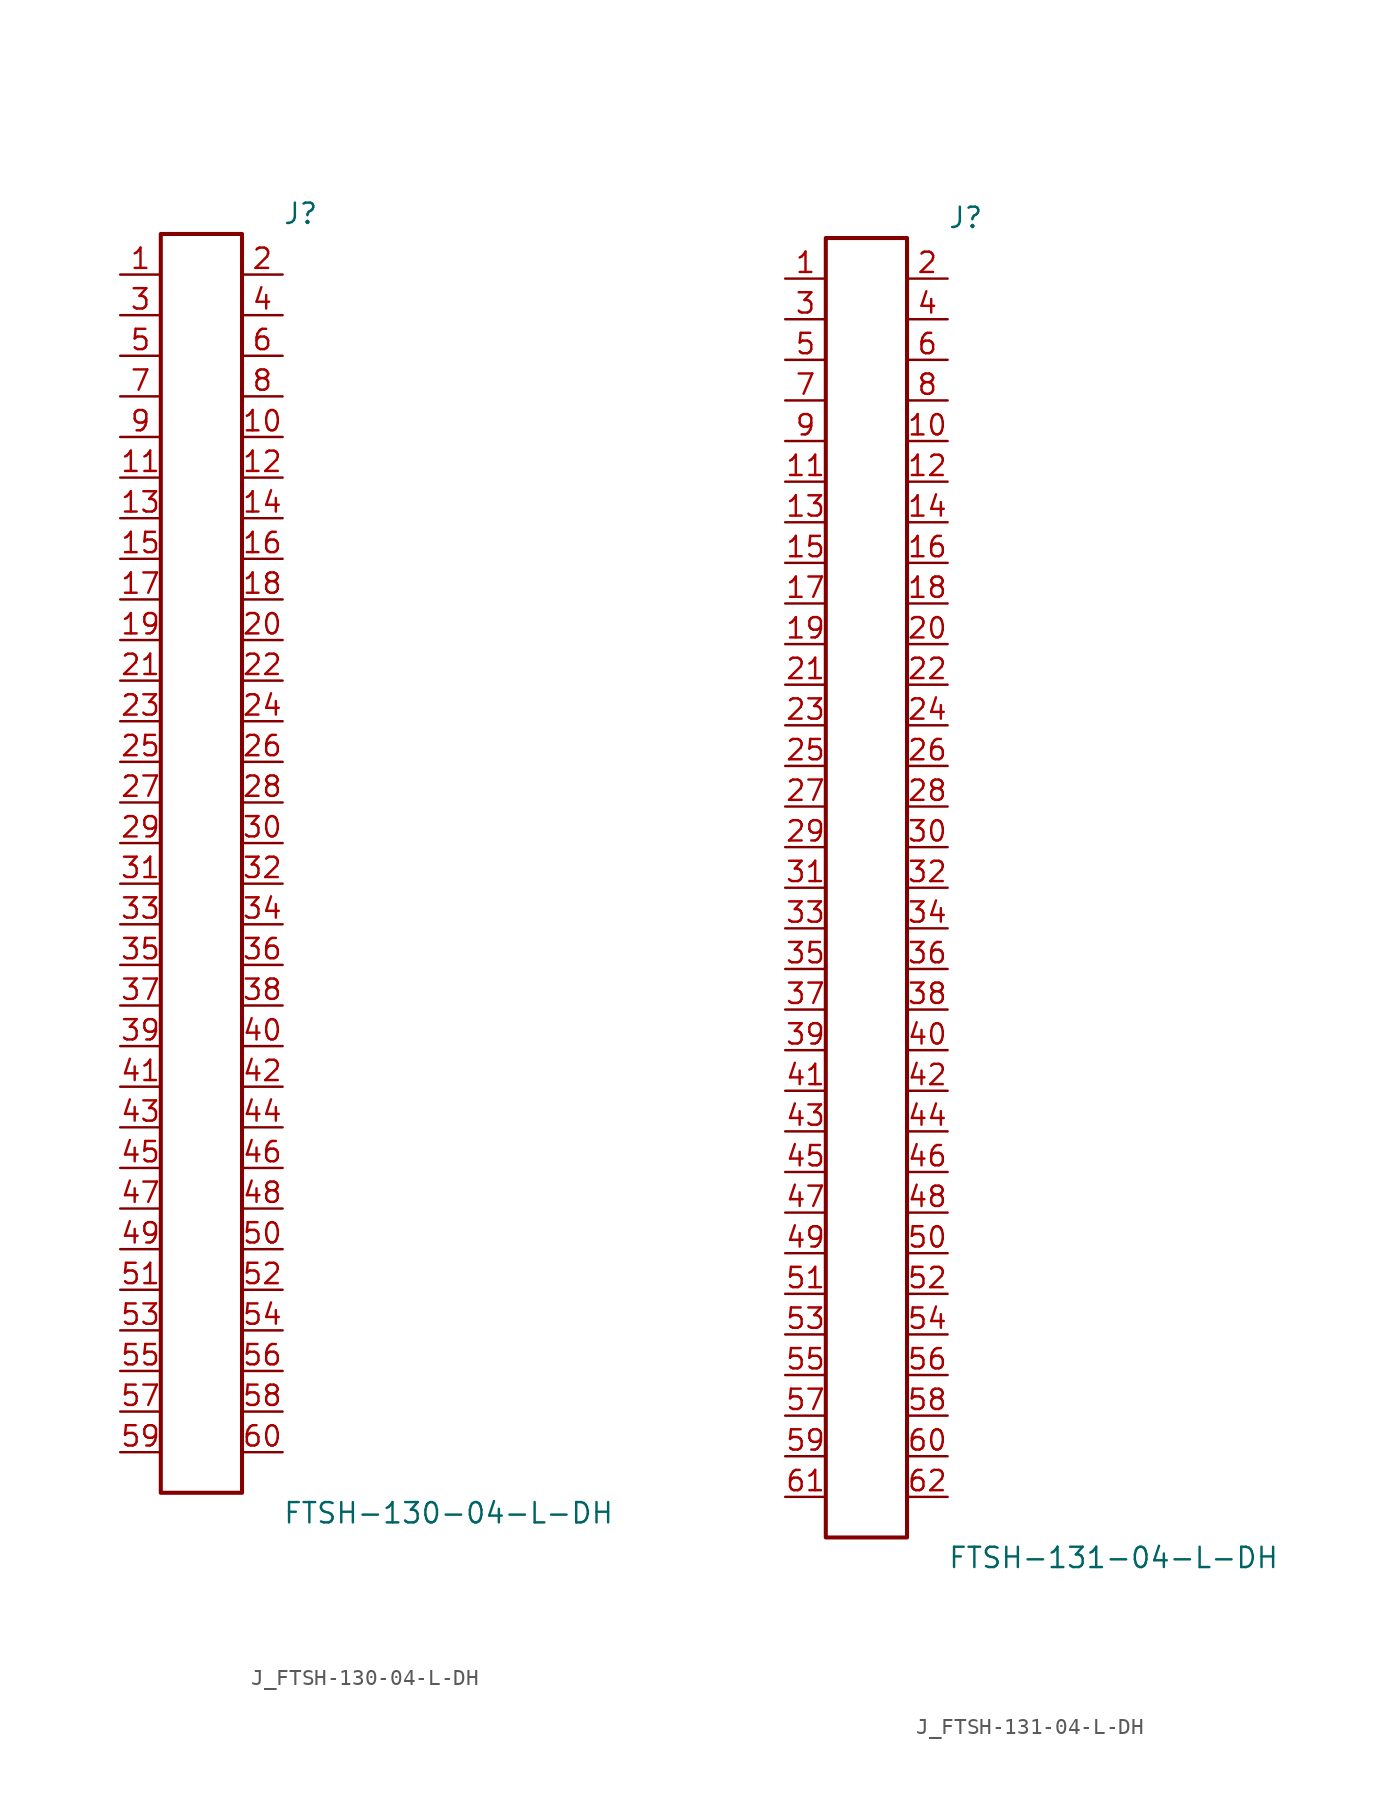
<source format=kicad_sym>
(kicad_symbol_lib
  (version 20231120)
  (generator kicad_symbol_editor)
  (generator_version 8.0)
  (symbol "J_FTSH-130-04-L-DH"
    (pin_names
      (offset 0.254))
    (property "Reference" "J"
      (at 5.08 40.64 0)
      (effects (font (size 1.27 1.27)) (justify left)))
    (property "Value" "FTSH-130-04-L-DH"
      (at 5.08 -40.64 0)
      (effects (font (size 1.27 1.27)) (justify left)))
    (symbol "J_FTSH-130-04-L-DH_0_0"
      (pin unspecified line (at -5.08 36.83 0) (length 2.54) (name "" (effects (font (size 1.27 1.27)))) (number "1" (effects (font (size 1.27 1.27)))))
      (pin unspecified line (at 5.08 36.83 180) (length 2.54) (name "" (effects (font (size 1.27 1.27)))) (number "2" (effects (font (size 1.27 1.27)))))
      (pin unspecified line (at -5.08 34.29 0) (length 2.54) (name "" (effects (font (size 1.27 1.27)))) (number "3" (effects (font (size 1.27 1.27)))))
      (pin unspecified line (at 5.08 34.29 180) (length 2.54) (name "" (effects (font (size 1.27 1.27)))) (number "4" (effects (font (size 1.27 1.27)))))
      (pin unspecified line (at -5.08 31.75 0) (length 2.54) (name "" (effects (font (size 1.27 1.27)))) (number "5" (effects (font (size 1.27 1.27)))))
      (pin unspecified line (at 5.08 31.75 180) (length 2.54) (name "" (effects (font (size 1.27 1.27)))) (number "6" (effects (font (size 1.27 1.27)))))
      (pin unspecified line (at -5.08 29.21 0) (length 2.54) (name "" (effects (font (size 1.27 1.27)))) (number "7" (effects (font (size 1.27 1.27)))))
      (pin unspecified line (at 5.08 29.21 180) (length 2.54) (name "" (effects (font (size 1.27 1.27)))) (number "8" (effects (font (size 1.27 1.27)))))
      (pin unspecified line (at -5.08 26.67 0) (length 2.54) (name "" (effects (font (size 1.27 1.27)))) (number "9" (effects (font (size 1.27 1.27)))))
      (pin unspecified line (at 5.08 26.67 180) (length 2.54) (name "" (effects (font (size 1.27 1.27)))) (number "10" (effects (font (size 1.27 1.27)))))
      (pin unspecified line (at -5.08 24.13 0) (length 2.54) (name "" (effects (font (size 1.27 1.27)))) (number "11" (effects (font (size 1.27 1.27)))))
      (pin unspecified line (at 5.08 24.13 180) (length 2.54) (name "" (effects (font (size 1.27 1.27)))) (number "12" (effects (font (size 1.27 1.27)))))
      (pin unspecified line (at -5.08 21.59 0) (length 2.54) (name "" (effects (font (size 1.27 1.27)))) (number "13" (effects (font (size 1.27 1.27)))))
      (pin unspecified line (at 5.08 21.59 180) (length 2.54) (name "" (effects (font (size 1.27 1.27)))) (number "14" (effects (font (size 1.27 1.27)))))
      (pin unspecified line (at -5.08 19.05 0) (length 2.54) (name "" (effects (font (size 1.27 1.27)))) (number "15" (effects (font (size 1.27 1.27)))))
      (pin unspecified line (at 5.08 19.05 180) (length 2.54) (name "" (effects (font (size 1.27 1.27)))) (number "16" (effects (font (size 1.27 1.27)))))
      (pin unspecified line (at -5.08 16.51 0) (length 2.54) (name "" (effects (font (size 1.27 1.27)))) (number "17" (effects (font (size 1.27 1.27)))))
      (pin unspecified line (at 5.08 16.51 180) (length 2.54) (name "" (effects (font (size 1.27 1.27)))) (number "18" (effects (font (size 1.27 1.27)))))
      (pin unspecified line (at -5.08 13.97 0) (length 2.54) (name "" (effects (font (size 1.27 1.27)))) (number "19" (effects (font (size 1.27 1.27)))))
      (pin unspecified line (at 5.08 13.97 180) (length 2.54) (name "" (effects (font (size 1.27 1.27)))) (number "20" (effects (font (size 1.27 1.27)))))
      (pin unspecified line (at -5.08 11.43 0) (length 2.54) (name "" (effects (font (size 1.27 1.27)))) (number "21" (effects (font (size 1.27 1.27)))))
      (pin unspecified line (at 5.08 11.43 180) (length 2.54) (name "" (effects (font (size 1.27 1.27)))) (number "22" (effects (font (size 1.27 1.27)))))
      (pin unspecified line (at -5.08 8.89 0) (length 2.54) (name "" (effects (font (size 1.27 1.27)))) (number "23" (effects (font (size 1.27 1.27)))))
      (pin unspecified line (at 5.08 8.89 180) (length 2.54) (name "" (effects (font (size 1.27 1.27)))) (number "24" (effects (font (size 1.27 1.27)))))
      (pin unspecified line (at -5.08 6.35 0) (length 2.54) (name "" (effects (font (size 1.27 1.27)))) (number "25" (effects (font (size 1.27 1.27)))))
      (pin unspecified line (at 5.08 6.35 180) (length 2.54) (name "" (effects (font (size 1.27 1.27)))) (number "26" (effects (font (size 1.27 1.27)))))
      (pin unspecified line (at -5.08 3.81 0) (length 2.54) (name "" (effects (font (size 1.27 1.27)))) (number "27" (effects (font (size 1.27 1.27)))))
      (pin unspecified line (at 5.08 3.81 180) (length 2.54) (name "" (effects (font (size 1.27 1.27)))) (number "28" (effects (font (size 1.27 1.27)))))
      (pin unspecified line (at -5.08 1.27 0) (length 2.54) (name "" (effects (font (size 1.27 1.27)))) (number "29" (effects (font (size 1.27 1.27)))))
      (pin unspecified line (at 5.08 1.27 180) (length 2.54) (name "" (effects (font (size 1.27 1.27)))) (number "30" (effects (font (size 1.27 1.27)))))
      (pin unspecified line (at -5.08 -1.27 0) (length 2.54) (name "" (effects (font (size 1.27 1.27)))) (number "31" (effects (font (size 1.27 1.27)))))
      (pin unspecified line (at 5.08 -1.27 180) (length 2.54) (name "" (effects (font (size 1.27 1.27)))) (number "32" (effects (font (size 1.27 1.27)))))
      (pin unspecified line (at -5.08 -3.81 0) (length 2.54) (name "" (effects (font (size 1.27 1.27)))) (number "33" (effects (font (size 1.27 1.27)))))
      (pin unspecified line (at 5.08 -3.81 180) (length 2.54) (name "" (effects (font (size 1.27 1.27)))) (number "34" (effects (font (size 1.27 1.27)))))
      (pin unspecified line (at -5.08 -6.35 0) (length 2.54) (name "" (effects (font (size 1.27 1.27)))) (number "35" (effects (font (size 1.27 1.27)))))
      (pin unspecified line (at 5.08 -6.35 180) (length 2.54) (name "" (effects (font (size 1.27 1.27)))) (number "36" (effects (font (size 1.27 1.27)))))
      (pin unspecified line (at -5.08 -8.89 0) (length 2.54) (name "" (effects (font (size 1.27 1.27)))) (number "37" (effects (font (size 1.27 1.27)))))
      (pin unspecified line (at 5.08 -8.89 180) (length 2.54) (name "" (effects (font (size 1.27 1.27)))) (number "38" (effects (font (size 1.27 1.27)))))
      (pin unspecified line (at -5.08 -11.43 0) (length 2.54) (name "" (effects (font (size 1.27 1.27)))) (number "39" (effects (font (size 1.27 1.27)))))
      (pin unspecified line (at 5.08 -11.43 180) (length 2.54) (name "" (effects (font (size 1.27 1.27)))) (number "40" (effects (font (size 1.27 1.27)))))
      (pin unspecified line (at -5.08 -13.97 0) (length 2.54) (name "" (effects (font (size 1.27 1.27)))) (number "41" (effects (font (size 1.27 1.27)))))
      (pin unspecified line (at 5.08 -13.97 180) (length 2.54) (name "" (effects (font (size 1.27 1.27)))) (number "42" (effects (font (size 1.27 1.27)))))
      (pin unspecified line (at -5.08 -16.51 0) (length 2.54) (name "" (effects (font (size 1.27 1.27)))) (number "43" (effects (font (size 1.27 1.27)))))
      (pin unspecified line (at 5.08 -16.51 180) (length 2.54) (name "" (effects (font (size 1.27 1.27)))) (number "44" (effects (font (size 1.27 1.27)))))
      (pin unspecified line (at -5.08 -19.05 0) (length 2.54) (name "" (effects (font (size 1.27 1.27)))) (number "45" (effects (font (size 1.27 1.27)))))
      (pin unspecified line (at 5.08 -19.05 180) (length 2.54) (name "" (effects (font (size 1.27 1.27)))) (number "46" (effects (font (size 1.27 1.27)))))
      (pin unspecified line (at -5.08 -21.59 0) (length 2.54) (name "" (effects (font (size 1.27 1.27)))) (number "47" (effects (font (size 1.27 1.27)))))
      (pin unspecified line (at 5.08 -21.59 180) (length 2.54) (name "" (effects (font (size 1.27 1.27)))) (number "48" (effects (font (size 1.27 1.27)))))
      (pin unspecified line (at -5.08 -24.13 0) (length 2.54) (name "" (effects (font (size 1.27 1.27)))) (number "49" (effects (font (size 1.27 1.27)))))
      (pin unspecified line (at 5.08 -24.13 180) (length 2.54) (name "" (effects (font (size 1.27 1.27)))) (number "50" (effects (font (size 1.27 1.27)))))
      (pin unspecified line (at -5.08 -26.67 0) (length 2.54) (name "" (effects (font (size 1.27 1.27)))) (number "51" (effects (font (size 1.27 1.27)))))
      (pin unspecified line (at 5.08 -26.67 180) (length 2.54) (name "" (effects (font (size 1.27 1.27)))) (number "52" (effects (font (size 1.27 1.27)))))
      (pin unspecified line (at -5.08 -29.21 0) (length 2.54) (name "" (effects (font (size 1.27 1.27)))) (number "53" (effects (font (size 1.27 1.27)))))
      (pin unspecified line (at 5.08 -29.21 180) (length 2.54) (name "" (effects (font (size 1.27 1.27)))) (number "54" (effects (font (size 1.27 1.27)))))
      (pin unspecified line (at -5.08 -31.75 0) (length 2.54) (name "" (effects (font (size 1.27 1.27)))) (number "55" (effects (font (size 1.27 1.27)))))
      (pin unspecified line (at 5.08 -31.75 180) (length 2.54) (name "" (effects (font (size 1.27 1.27)))) (number "56" (effects (font (size 1.27 1.27)))))
      (pin unspecified line (at -5.08 -34.29 0) (length 2.54) (name "" (effects (font (size 1.27 1.27)))) (number "57" (effects (font (size 1.27 1.27)))))
      (pin unspecified line (at 5.08 -34.29 180) (length 2.54) (name "" (effects (font (size 1.27 1.27)))) (number "58" (effects (font (size 1.27 1.27)))))
      (pin unspecified line (at -5.08 -36.83 0) (length 2.54) (name "" (effects (font (size 1.27 1.27)))) (number "59" (effects (font (size 1.27 1.27)))))
      (pin unspecified line (at 5.08 -36.83 180) (length 2.54) (name "" (effects (font (size 1.27 1.27)))) (number "60" (effects (font (size 1.27 1.27))))))
    (symbol "J_FTSH-130-04-L-DH_1_0"
      (rectangle (start -2.54 39.37) (end 2.54 -39.37) (stroke (width 0.254) (type solid)) (fill (type none)))))
  (symbol "J_FTSH-131-04-L-DH"
    (pin_names
      (offset 0.254))
    (property "Reference" "J"
      (at 5.08 41.91 0)
      (effects (font (size 1.27 1.27)) (justify left)))
    (property "Value" "FTSH-131-04-L-DH"
      (at 5.08 -41.91 0)
      (effects (font (size 1.27 1.27)) (justify left)))
    (symbol "J_FTSH-131-04-L-DH_0_0"
      (pin unspecified line (at -5.08 38.1 0) (length 2.54) (name "" (effects (font (size 1.27 1.27)))) (number "1" (effects (font (size 1.27 1.27)))))
      (pin unspecified line (at 5.08 38.1 180) (length 2.54) (name "" (effects (font (size 1.27 1.27)))) (number "2" (effects (font (size 1.27 1.27)))))
      (pin unspecified line (at -5.08 35.56 0) (length 2.54) (name "" (effects (font (size 1.27 1.27)))) (number "3" (effects (font (size 1.27 1.27)))))
      (pin unspecified line (at 5.08 35.56 180) (length 2.54) (name "" (effects (font (size 1.27 1.27)))) (number "4" (effects (font (size 1.27 1.27)))))
      (pin unspecified line (at -5.08 33.02 0) (length 2.54) (name "" (effects (font (size 1.27 1.27)))) (number "5" (effects (font (size 1.27 1.27)))))
      (pin unspecified line (at 5.08 33.02 180) (length 2.54) (name "" (effects (font (size 1.27 1.27)))) (number "6" (effects (font (size 1.27 1.27)))))
      (pin unspecified line (at -5.08 30.48 0) (length 2.54) (name "" (effects (font (size 1.27 1.27)))) (number "7" (effects (font (size 1.27 1.27)))))
      (pin unspecified line (at 5.08 30.48 180) (length 2.54) (name "" (effects (font (size 1.27 1.27)))) (number "8" (effects (font (size 1.27 1.27)))))
      (pin unspecified line (at -5.08 27.94 0) (length 2.54) (name "" (effects (font (size 1.27 1.27)))) (number "9" (effects (font (size 1.27 1.27)))))
      (pin unspecified line (at 5.08 27.94 180) (length 2.54) (name "" (effects (font (size 1.27 1.27)))) (number "10" (effects (font (size 1.27 1.27)))))
      (pin unspecified line (at -5.08 25.4 0) (length 2.54) (name "" (effects (font (size 1.27 1.27)))) (number "11" (effects (font (size 1.27 1.27)))))
      (pin unspecified line (at 5.08 25.4 180) (length 2.54) (name "" (effects (font (size 1.27 1.27)))) (number "12" (effects (font (size 1.27 1.27)))))
      (pin unspecified line (at -5.08 22.86 0) (length 2.54) (name "" (effects (font (size 1.27 1.27)))) (number "13" (effects (font (size 1.27 1.27)))))
      (pin unspecified line (at 5.08 22.86 180) (length 2.54) (name "" (effects (font (size 1.27 1.27)))) (number "14" (effects (font (size 1.27 1.27)))))
      (pin unspecified line (at -5.08 20.32 0) (length 2.54) (name "" (effects (font (size 1.27 1.27)))) (number "15" (effects (font (size 1.27 1.27)))))
      (pin unspecified line (at 5.08 20.32 180) (length 2.54) (name "" (effects (font (size 1.27 1.27)))) (number "16" (effects (font (size 1.27 1.27)))))
      (pin unspecified line (at -5.08 17.78 0) (length 2.54) (name "" (effects (font (size 1.27 1.27)))) (number "17" (effects (font (size 1.27 1.27)))))
      (pin unspecified line (at 5.08 17.78 180) (length 2.54) (name "" (effects (font (size 1.27 1.27)))) (number "18" (effects (font (size 1.27 1.27)))))
      (pin unspecified line (at -5.08 15.24 0) (length 2.54) (name "" (effects (font (size 1.27 1.27)))) (number "19" (effects (font (size 1.27 1.27)))))
      (pin unspecified line (at 5.08 15.24 180) (length 2.54) (name "" (effects (font (size 1.27 1.27)))) (number "20" (effects (font (size 1.27 1.27)))))
      (pin unspecified line (at -5.08 12.7 0) (length 2.54) (name "" (effects (font (size 1.27 1.27)))) (number "21" (effects (font (size 1.27 1.27)))))
      (pin unspecified line (at 5.08 12.7 180) (length 2.54) (name "" (effects (font (size 1.27 1.27)))) (number "22" (effects (font (size 1.27 1.27)))))
      (pin unspecified line (at -5.08 10.16 0) (length 2.54) (name "" (effects (font (size 1.27 1.27)))) (number "23" (effects (font (size 1.27 1.27)))))
      (pin unspecified line (at 5.08 10.16 180) (length 2.54) (name "" (effects (font (size 1.27 1.27)))) (number "24" (effects (font (size 1.27 1.27)))))
      (pin unspecified line (at -5.08 7.62 0) (length 2.54) (name "" (effects (font (size 1.27 1.27)))) (number "25" (effects (font (size 1.27 1.27)))))
      (pin unspecified line (at 5.08 7.62 180) (length 2.54) (name "" (effects (font (size 1.27 1.27)))) (number "26" (effects (font (size 1.27 1.27)))))
      (pin unspecified line (at -5.08 5.08 0) (length 2.54) (name "" (effects (font (size 1.27 1.27)))) (number "27" (effects (font (size 1.27 1.27)))))
      (pin unspecified line (at 5.08 5.08 180) (length 2.54) (name "" (effects (font (size 1.27 1.27)))) (number "28" (effects (font (size 1.27 1.27)))))
      (pin unspecified line (at -5.08 2.54 0) (length 2.54) (name "" (effects (font (size 1.27 1.27)))) (number "29" (effects (font (size 1.27 1.27)))))
      (pin unspecified line (at 5.08 2.54 180) (length 2.54) (name "" (effects (font (size 1.27 1.27)))) (number "30" (effects (font (size 1.27 1.27)))))
      (pin unspecified line (at -5.08 0.0 0) (length 2.54) (name "" (effects (font (size 1.27 1.27)))) (number "31" (effects (font (size 1.27 1.27)))))
      (pin unspecified line (at 5.08 0.0 180) (length 2.54) (name "" (effects (font (size 1.27 1.27)))) (number "32" (effects (font (size 1.27 1.27)))))
      (pin unspecified line (at -5.08 -2.54 0) (length 2.54) (name "" (effects (font (size 1.27 1.27)))) (number "33" (effects (font (size 1.27 1.27)))))
      (pin unspecified line (at 5.08 -2.54 180) (length 2.54) (name "" (effects (font (size 1.27 1.27)))) (number "34" (effects (font (size 1.27 1.27)))))
      (pin unspecified line (at -5.08 -5.08 0) (length 2.54) (name "" (effects (font (size 1.27 1.27)))) (number "35" (effects (font (size 1.27 1.27)))))
      (pin unspecified line (at 5.08 -5.08 180) (length 2.54) (name "" (effects (font (size 1.27 1.27)))) (number "36" (effects (font (size 1.27 1.27)))))
      (pin unspecified line (at -5.08 -7.62 0) (length 2.54) (name "" (effects (font (size 1.27 1.27)))) (number "37" (effects (font (size 1.27 1.27)))))
      (pin unspecified line (at 5.08 -7.62 180) (length 2.54) (name "" (effects (font (size 1.27 1.27)))) (number "38" (effects (font (size 1.27 1.27)))))
      (pin unspecified line (at -5.08 -10.16 0) (length 2.54) (name "" (effects (font (size 1.27 1.27)))) (number "39" (effects (font (size 1.27 1.27)))))
      (pin unspecified line (at 5.08 -10.16 180) (length 2.54) (name "" (effects (font (size 1.27 1.27)))) (number "40" (effects (font (size 1.27 1.27)))))
      (pin unspecified line (at -5.08 -12.7 0) (length 2.54) (name "" (effects (font (size 1.27 1.27)))) (number "41" (effects (font (size 1.27 1.27)))))
      (pin unspecified line (at 5.08 -12.7 180) (length 2.54) (name "" (effects (font (size 1.27 1.27)))) (number "42" (effects (font (size 1.27 1.27)))))
      (pin unspecified line (at -5.08 -15.24 0) (length 2.54) (name "" (effects (font (size 1.27 1.27)))) (number "43" (effects (font (size 1.27 1.27)))))
      (pin unspecified line (at 5.08 -15.24 180) (length 2.54) (name "" (effects (font (size 1.27 1.27)))) (number "44" (effects (font (size 1.27 1.27)))))
      (pin unspecified line (at -5.08 -17.78 0) (length 2.54) (name "" (effects (font (size 1.27 1.27)))) (number "45" (effects (font (size 1.27 1.27)))))
      (pin unspecified line (at 5.08 -17.78 180) (length 2.54) (name "" (effects (font (size 1.27 1.27)))) (number "46" (effects (font (size 1.27 1.27)))))
      (pin unspecified line (at -5.08 -20.32 0) (length 2.54) (name "" (effects (font (size 1.27 1.27)))) (number "47" (effects (font (size 1.27 1.27)))))
      (pin unspecified line (at 5.08 -20.32 180) (length 2.54) (name "" (effects (font (size 1.27 1.27)))) (number "48" (effects (font (size 1.27 1.27)))))
      (pin unspecified line (at -5.08 -22.86 0) (length 2.54) (name "" (effects (font (size 1.27 1.27)))) (number "49" (effects (font (size 1.27 1.27)))))
      (pin unspecified line (at 5.08 -22.86 180) (length 2.54) (name "" (effects (font (size 1.27 1.27)))) (number "50" (effects (font (size 1.27 1.27)))))
      (pin unspecified line (at -5.08 -25.4 0) (length 2.54) (name "" (effects (font (size 1.27 1.27)))) (number "51" (effects (font (size 1.27 1.27)))))
      (pin unspecified line (at 5.08 -25.4 180) (length 2.54) (name "" (effects (font (size 1.27 1.27)))) (number "52" (effects (font (size 1.27 1.27)))))
      (pin unspecified line (at -5.08 -27.94 0) (length 2.54) (name "" (effects (font (size 1.27 1.27)))) (number "53" (effects (font (size 1.27 1.27)))))
      (pin unspecified line (at 5.08 -27.94 180) (length 2.54) (name "" (effects (font (size 1.27 1.27)))) (number "54" (effects (font (size 1.27 1.27)))))
      (pin unspecified line (at -5.08 -30.48 0) (length 2.54) (name "" (effects (font (size 1.27 1.27)))) (number "55" (effects (font (size 1.27 1.27)))))
      (pin unspecified line (at 5.08 -30.48 180) (length 2.54) (name "" (effects (font (size 1.27 1.27)))) (number "56" (effects (font (size 1.27 1.27)))))
      (pin unspecified line (at -5.08 -33.02 0) (length 2.54) (name "" (effects (font (size 1.27 1.27)))) (number "57" (effects (font (size 1.27 1.27)))))
      (pin unspecified line (at 5.08 -33.02 180) (length 2.54) (name "" (effects (font (size 1.27 1.27)))) (number "58" (effects (font (size 1.27 1.27)))))
      (pin unspecified line (at -5.08 -35.56 0) (length 2.54) (name "" (effects (font (size 1.27 1.27)))) (number "59" (effects (font (size 1.27 1.27)))))
      (pin unspecified line (at 5.08 -35.56 180) (length 2.54) (name "" (effects (font (size 1.27 1.27)))) (number "60" (effects (font (size 1.27 1.27)))))
      (pin unspecified line (at -5.08 -38.1 0) (length 2.54) (name "" (effects (font (size 1.27 1.27)))) (number "61" (effects (font (size 1.27 1.27)))))
      (pin unspecified line (at 5.08 -38.1 180) (length 2.54) (name "" (effects (font (size 1.27 1.27)))) (number "62" (effects (font (size 1.27 1.27))))))
    (symbol "J_FTSH-131-04-L-DH_1_0"
      (rectangle (start -2.54 40.64) (end 2.54 -40.64) (stroke (width 0.254) (type solid)) (fill (type none))))))
</source>
